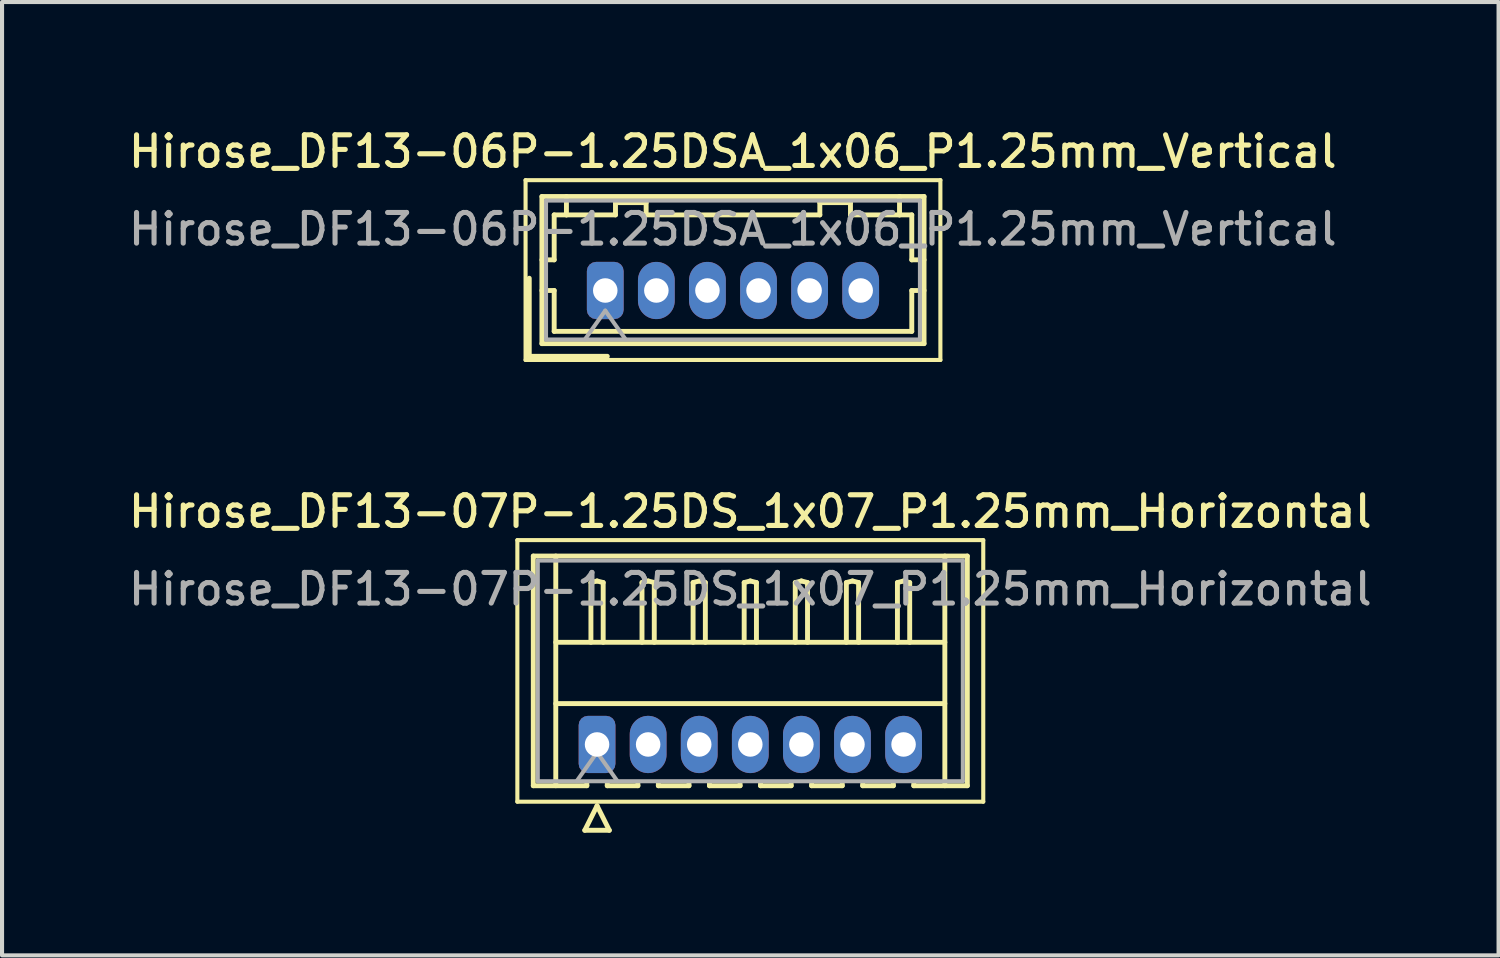
<source format=kicad_pcb>
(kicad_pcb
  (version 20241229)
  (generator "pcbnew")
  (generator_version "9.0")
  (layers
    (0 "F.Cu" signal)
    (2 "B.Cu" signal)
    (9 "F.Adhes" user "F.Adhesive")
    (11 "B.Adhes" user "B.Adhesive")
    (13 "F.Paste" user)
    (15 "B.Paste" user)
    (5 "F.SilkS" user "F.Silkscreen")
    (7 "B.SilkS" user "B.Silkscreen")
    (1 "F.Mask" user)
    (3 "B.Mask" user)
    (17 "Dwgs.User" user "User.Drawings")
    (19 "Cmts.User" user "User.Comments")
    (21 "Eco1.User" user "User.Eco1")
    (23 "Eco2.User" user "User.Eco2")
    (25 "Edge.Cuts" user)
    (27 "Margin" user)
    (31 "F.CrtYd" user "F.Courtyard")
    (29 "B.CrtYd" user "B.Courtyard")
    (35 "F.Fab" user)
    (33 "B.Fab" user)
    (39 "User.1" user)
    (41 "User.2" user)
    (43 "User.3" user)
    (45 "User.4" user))
  (footprint "Hirose_DF13-07P-1.25DS_1x07_P1.25mm_Horizontal"
    (layer "F.Cu")
    (at 11.559 15.166)
    (property "Reference" "Hirose_DF13-07P-1.25DS_1x07_P1.25mm_Horizontal" (at 3.75 -5.7 0) (layer "F.SilkS") (effects (font (size 0.75 0.75) (thickness 0.125))))
    (attr through_hole)
    (fp_line (start -1.95 -5) (end -1.95 1.4) (stroke (width 0.1) (type solid)) (layer "F.SilkS"))
    (fp_line (start -1.95 1.4) (end 9.45 1.4) (stroke (width 0.1) (type solid)) (layer "F.SilkS"))
    (fp_line (start -1.56 -4.61) (end 9.06 -4.61) (stroke (width 0.12) (type solid)) (layer "F.SilkS"))
    (fp_line (start -1.56 1.01) (end -1.56 -4.61) (stroke (width 0.12) (type solid)) (layer "F.SilkS"))
    (fp_line (start -1.01 -4.61) (end -1.01 1.01) (stroke (width 0.12) (type solid)) (layer "F.SilkS"))
    (fp_line (start -1.01 -2.5) (end 8.51 -2.5) (stroke (width 0.12) (type solid)) (layer "F.SilkS"))
    (fp_line (start -1.01 -1) (end 8.51 -1) (stroke (width 0.12) (type solid)) (layer "F.SilkS"))
    (fp_line (start -0.3 2.1) (end 0.3 2.1) (stroke (width 0.12) (type solid)) (layer "F.SilkS"))
    (fp_line (start -0.25 0.96) (end -0.25 1.01) (stroke (width 0.12) (type solid)) (layer "F.SilkS"))
    (fp_line (start -0.25 1.01) (end -1.56 1.01) (stroke (width 0.12) (type solid)) (layer "F.SilkS"))
    (fp_line (start -0.15 -3.962) (end 0 -4) (stroke (width 0.12) (type solid)) (layer "F.SilkS"))
    (fp_line (start -0.15 -2.5) (end -0.15 -3.962) (stroke (width 0.12) (type solid)) (layer "F.SilkS"))
    (fp_line (start 0 -4) (end 0.15 -3.962) (stroke (width 0.12) (type solid)) (layer "F.SilkS"))
    (fp_line (start 0 1.5) (end -0.3 2.1) (stroke (width 0.12) (type solid)) (layer "F.SilkS"))
    (fp_line (start 0.15 -3.962) (end 0.15 -2.5) (stroke (width 0.12) (type solid)) (layer "F.SilkS"))
    (fp_line (start 0.25 0.96) (end 0.25 1.01) (stroke (width 0.12) (type solid)) (layer "F.SilkS"))
    (fp_line (start 0.25 1.01) (end 1 1.01) (stroke (width 0.12) (type solid)) (layer "F.SilkS"))
    (fp_line (start 0.3 2.1) (end 0 1.5) (stroke (width 0.12) (type solid)) (layer "F.SilkS"))
    (fp_line (start 1 1.01) (end 1 0.96) (stroke (width 0.12) (type solid)) (layer "F.SilkS"))
    (fp_line (start 1.1 -3.962) (end 1.25 -4) (stroke (width 0.12) (type solid)) (layer "F.SilkS"))
    (fp_line (start 1.1 -2.5) (end 1.1 -3.962) (stroke (width 0.12) (type solid)) (layer "F.SilkS"))
    (fp_line (start 1.25 -4) (end 1.4 -3.962) (stroke (width 0.12) (type solid)) (layer "F.SilkS"))
    (fp_line (start 1.4 -3.962) (end 1.4 -2.5) (stroke (width 0.12) (type solid)) (layer "F.SilkS"))
    (fp_line (start 1.5 0.96) (end 1.5 1.01) (stroke (width 0.12) (type solid)) (layer "F.SilkS"))
    (fp_line (start 1.5 1.01) (end 2.25 1.01) (stroke (width 0.12) (type solid)) (layer "F.SilkS"))
    (fp_line (start 2.25 1.01) (end 2.25 0.96) (stroke (width 0.12) (type solid)) (layer "F.SilkS"))
    (fp_line (start 2.35 -3.962) (end 2.5 -4) (stroke (width 0.12) (type solid)) (layer "F.SilkS"))
    (fp_line (start 2.35 -2.5) (end 2.35 -3.962) (stroke (width 0.12) (type solid)) (layer "F.SilkS"))
    (fp_line (start 2.5 -4) (end 2.65 -3.962) (stroke (width 0.12) (type solid)) (layer "F.SilkS"))
    (fp_line (start 2.65 -3.962) (end 2.65 -2.5) (stroke (width 0.12) (type solid)) (layer "F.SilkS"))
    (fp_line (start 2.75 0.96) (end 2.75 1.01) (stroke (width 0.12) (type solid)) (layer "F.SilkS"))
    (fp_line (start 2.75 1.01) (end 3.5 1.01) (stroke (width 0.12) (type solid)) (layer "F.SilkS"))
    (fp_line (start 3.5 1.01) (end 3.5 0.96) (stroke (width 0.12) (type solid)) (layer "F.SilkS"))
    (fp_line (start 3.6 -3.962) (end 3.75 -4) (stroke (width 0.12) (type solid)) (layer "F.SilkS"))
    (fp_line (start 3.6 -2.5) (end 3.6 -3.962) (stroke (width 0.12) (type solid)) (layer "F.SilkS"))
    (fp_line (start 3.75 -4) (end 3.9 -3.962) (stroke (width 0.12) (type solid)) (layer "F.SilkS"))
    (fp_line (start 3.9 -3.962) (end 3.9 -2.5) (stroke (width 0.12) (type solid)) (layer "F.SilkS"))
    (fp_line (start 4 0.96) (end 4 1.01) (stroke (width 0.12) (type solid)) (layer "F.SilkS"))
    (fp_line (start 4 1.01) (end 4.75 1.01) (stroke (width 0.12) (type solid)) (layer "F.SilkS"))
    (fp_line (start 4.75 1.01) (end 4.75 0.96) (stroke (width 0.12) (type solid)) (layer "F.SilkS"))
    (fp_line (start 4.85 -3.962) (end 5 -4) (stroke (width 0.12) (type solid)) (layer "F.SilkS"))
    (fp_line (start 4.85 -2.5) (end 4.85 -3.962) (stroke (width 0.12) (type solid)) (layer "F.SilkS"))
    (fp_line (start 5 -4) (end 5.15 -3.962) (stroke (width 0.12) (type solid)) (layer "F.SilkS"))
    (fp_line (start 5.15 -3.962) (end 5.15 -2.5) (stroke (width 0.12) (type solid)) (layer "F.SilkS"))
    (fp_line (start 5.25 0.96) (end 5.25 1.01) (stroke (width 0.12) (type solid)) (layer "F.SilkS"))
    (fp_line (start 5.25 1.01) (end 6 1.01) (stroke (width 0.12) (type solid)) (layer "F.SilkS"))
    (fp_line (start 6 1.01) (end 6 0.96) (stroke (width 0.12) (type solid)) (layer "F.SilkS"))
    (fp_line (start 6.1 -3.962) (end 6.25 -4) (stroke (width 0.12) (type solid)) (layer "F.SilkS"))
    (fp_line (start 6.1 -2.5) (end 6.1 -3.962) (stroke (width 0.12) (type solid)) (layer "F.SilkS"))
    (fp_line (start 6.25 -4) (end 6.4 -3.962) (stroke (width 0.12) (type solid)) (layer "F.SilkS"))
    (fp_line (start 6.4 -3.962) (end 6.4 -2.5) (stroke (width 0.12) (type solid)) (layer "F.SilkS"))
    (fp_line (start 6.5 0.96) (end 6.5 1.01) (stroke (width 0.12) (type solid)) (layer "F.SilkS"))
    (fp_line (start 6.5 1.01) (end 7.25 1.01) (stroke (width 0.12) (type solid)) (layer "F.SilkS"))
    (fp_line (start 7.25 1.01) (end 7.25 0.96) (stroke (width 0.12) (type solid)) (layer "F.SilkS"))
    (fp_line (start 7.35 -3.962) (end 7.5 -4) (stroke (width 0.12) (type solid)) (layer "F.SilkS"))
    (fp_line (start 7.35 -2.5) (end 7.35 -3.962) (stroke (width 0.12) (type solid)) (layer "F.SilkS"))
    (fp_line (start 7.5 -4) (end 7.65 -3.962) (stroke (width 0.12) (type solid)) (layer "F.SilkS"))
    (fp_line (start 7.65 -3.962) (end 7.65 -2.5) (stroke (width 0.12) (type solid)) (layer "F.SilkS"))
    (fp_line (start 7.75 1.01) (end 7.75 0.96) (stroke (width 0.12) (type solid)) (layer "F.SilkS"))
    (fp_line (start 8.51 -4.61) (end 8.51 1.01) (stroke (width 0.12) (type solid)) (layer "F.SilkS"))
    (fp_line (start 9.06 -4.61) (end 9.06 1.01) (stroke (width 0.12) (type solid)) (layer "F.SilkS"))
    (fp_line (start 9.06 1.01) (end 7.75 1.01) (stroke (width 0.12) (type solid)) (layer "F.SilkS"))
    (fp_line (start 9.45 -5) (end -1.95 -5) (stroke (width 0.1) (type solid)) (layer "F.SilkS"))
    (fp_line (start 9.45 1.4) (end 9.45 -5) (stroke (width 0.1) (type solid)) (layer "F.SilkS"))
    (fp_line (start -1.45 -4.5) (end -1.45 0.9) (stroke (width 0.1) (type solid)) (layer "F.Fab"))
    (fp_line (start -1.45 0.9) (end 8.95 0.9) (stroke (width 0.1) (type solid)) (layer "F.Fab"))
    (fp_line (start -0.5 0.9) (end 0 0.193) (stroke (width 0.1) (type solid)) (layer "F.Fab"))
    (fp_line (start 0 0.193) (end 0.5 0.9) (stroke (width 0.1) (type solid)) (layer "F.Fab"))
    (fp_line (start 8.95 -4.5) (end -1.45 -4.5) (stroke (width 0.1) (type solid)) (layer "F.Fab"))
    (fp_line (start 8.95 0.9) (end 8.95 -4.5) (stroke (width 0.1) (type solid)) (layer "F.Fab"))
    (fp_text user "${REFERENCE}" (at 3.75 -3.8 0) (layer "F.Fab") (effects (font (size 0.75 0.75) (thickness 0.125))))
    (pad "1" thru_hole roundrect (at 0 0) (size 0.9 1.4) (drill 0.6) (layers "*.Cu" "*.Mask") (roundrect_rratio 0.25))
    (pad "2" thru_hole oval (at 1.25 0) (size 0.9 1.4) (drill 0.6) (layers "*.Cu" "*.Mask"))
    (pad "3" thru_hole oval (at 2.5 0) (size 0.9 1.4) (drill 0.6) (layers "*.Cu" "*.Mask"))
    (pad "4" thru_hole oval (at 3.75 0) (size 0.9 1.4) (drill 0.6) (layers "*.Cu" "*.Mask"))
    (pad "5" thru_hole oval (at 5 0) (size 0.9 1.4) (drill 0.6) (layers "*.Cu" "*.Mask"))
    (pad "6" thru_hole oval (at 6.25 0) (size 0.9 1.4) (drill 0.6) (layers "*.Cu" "*.Mask"))
    (pad "7" thru_hole oval (at 7.5 0) (size 0.9 1.4) (drill 0.6) (layers "*.Cu" "*.Mask")))
  (footprint "Hirose_DF13-06P-1.25DSA_1x06_P1.25mm_Vertical"
    (layer "F.Cu")
    (at 11.76 4.058)
    (property "Reference" "Hirose_DF13-06P-1.25DSA_1x06_P1.25mm_Vertical" (at 3.12 -3.4 0) (layer "F.SilkS") (effects (font (size 0.75 0.75) (thickness 0.125))))
    (attr through_hole)
    (fp_line (start -1.95 -2.7) (end -1.95 1.7) (stroke (width 0.1) (type solid)) (layer "F.SilkS"))
    (fp_line (start -1.95 1.7) (end 8.2 1.7) (stroke (width 0.1) (type solid)) (layer "F.SilkS"))
    (fp_line (start -1.86 -0.3) (end -1.86 1.61) (stroke (width 0.12) (type solid)) (layer "F.SilkS"))
    (fp_line (start -1.86 1.61) (end 0.05 1.61) (stroke (width 0.12) (type solid)) (layer "F.SilkS"))
    (fp_line (start -1.55 -2.3) (end -1.55 1.3) (stroke (width 0.12) (type solid)) (layer "F.SilkS"))
    (fp_line (start -1.55 -0.75) (end -1.25 -0.75) (stroke (width 0.12) (type solid)) (layer "F.SilkS"))
    (fp_line (start -1.55 0) (end -1.25 0) (stroke (width 0.12) (type solid)) (layer "F.SilkS"))
    (fp_line (start -1.55 1.3) (end 7.8 1.3) (stroke (width 0.12) (type solid)) (layer "F.SilkS"))
    (fp_line (start -1.25 -1.85) (end -0.95 -1.85) (stroke (width 0.12) (type solid)) (layer "F.SilkS"))
    (fp_line (start -1.25 -0.75) (end -1.25 -1.85) (stroke (width 0.12) (type solid)) (layer "F.SilkS"))
    (fp_line (start -1.25 0) (end -1.25 1) (stroke (width 0.12) (type solid)) (layer "F.SilkS"))
    (fp_line (start -1.25 1) (end 7.5 1) (stroke (width 0.12) (type solid)) (layer "F.SilkS"))
    (fp_line (start -0.95 -1.85) (end -0.95 -2.3) (stroke (width 0.12) (type solid)) (layer "F.SilkS"))
    (fp_line (start -0.95 -1.85) (end 0.25 -1.85) (stroke (width 0.12) (type solid)) (layer "F.SilkS"))
    (fp_line (start 0.25 -2.15) (end 1 -2.15) (stroke (width 0.12) (type solid)) (layer "F.SilkS"))
    (fp_line (start 0.25 -1.85) (end 0.25 -2.15) (stroke (width 0.12) (type solid)) (layer "F.SilkS"))
    (fp_line (start 1 -2.15) (end 1 -1.85) (stroke (width 0.12) (type solid)) (layer "F.SilkS"))
    (fp_line (start 1 -1.85) (end 5.25 -1.85) (stroke (width 0.12) (type solid)) (layer "F.SilkS"))
    (fp_line (start 5.25 -2.15) (end 6 -2.15) (stroke (width 0.12) (type solid)) (layer "F.SilkS"))
    (fp_line (start 5.25 -1.85) (end 5.25 -2.15) (stroke (width 0.12) (type solid)) (layer "F.SilkS"))
    (fp_line (start 6 -2.15) (end 6 -1.85) (stroke (width 0.12) (type solid)) (layer "F.SilkS"))
    (fp_line (start 6 -1.85) (end 7.2 -1.85) (stroke (width 0.12) (type solid)) (layer "F.SilkS"))
    (fp_line (start 7.2 -1.85) (end 7.2 -2.3) (stroke (width 0.12) (type solid)) (layer "F.SilkS"))
    (fp_line (start 7.5 -1.85) (end 7.2 -1.85) (stroke (width 0.12) (type solid)) (layer "F.SilkS"))
    (fp_line (start 7.5 -0.75) (end 7.5 -1.85) (stroke (width 0.12) (type solid)) (layer "F.SilkS"))
    (fp_line (start 7.5 0) (end 7.8 0) (stroke (width 0.12) (type solid)) (layer "F.SilkS"))
    (fp_line (start 7.5 1) (end 7.5 0) (stroke (width 0.12) (type solid)) (layer "F.SilkS"))
    (fp_line (start 7.8 -2.3) (end -1.55 -2.3) (stroke (width 0.12) (type solid)) (layer "F.SilkS"))
    (fp_line (start 7.8 -0.75) (end 7.5 -0.75) (stroke (width 0.12) (type solid)) (layer "F.SilkS"))
    (fp_line (start 7.8 1.3) (end 7.8 -2.3) (stroke (width 0.12) (type solid)) (layer "F.SilkS"))
    (fp_line (start 8.2 -2.7) (end -1.95 -2.7) (stroke (width 0.1) (type solid)) (layer "F.SilkS"))
    (fp_line (start 8.2 1.7) (end 8.2 -2.7) (stroke (width 0.1) (type solid)) (layer "F.SilkS"))
    (fp_line (start -1.45 -2.2) (end -1.45 1.2) (stroke (width 0.1) (type solid)) (layer "F.Fab"))
    (fp_line (start -1.45 1.2) (end 7.7 1.2) (stroke (width 0.1) (type solid)) (layer "F.Fab"))
    (fp_line (start -0.5 1.2) (end 0 0.493) (stroke (width 0.1) (type solid)) (layer "F.Fab"))
    (fp_line (start 0 0.493) (end 0.5 1.2) (stroke (width 0.1) (type solid)) (layer "F.Fab"))
    (fp_line (start 7.7 -2.2) (end -1.45 -2.2) (stroke (width 0.1) (type solid)) (layer "F.Fab"))
    (fp_line (start 7.7 1.2) (end 7.7 -2.2) (stroke (width 0.1) (type solid)) (layer "F.Fab"))
    (fp_text user "${REFERENCE}" (at 3.12 -1.5 0) (layer "F.Fab") (effects (font (size 0.75 0.75) (thickness 0.125))))
    (pad "1" thru_hole roundrect (at 0 0) (size 0.9 1.4) (drill 0.6) (layers "*.Cu" "*.Mask") (roundrect_rratio 0.25))
    (pad "2" thru_hole oval (at 1.25 0) (size 0.9 1.4) (drill 0.6) (layers "*.Cu" "*.Mask"))
    (pad "3" thru_hole oval (at 2.5 0) (size 0.9 1.4) (drill 0.6) (layers "*.Cu" "*.Mask"))
    (pad "4" thru_hole oval (at 3.75 0) (size 0.9 1.4) (drill 0.6) (layers "*.Cu" "*.Mask"))
    (pad "5" thru_hole oval (at 5 0) (size 0.9 1.4) (drill 0.6) (layers "*.Cu" "*.Mask"))
    (pad "6" thru_hole oval (at 6.25 0) (size 0.9 1.4) (drill 0.6) (layers "*.Cu" "*.Mask")))
  (gr_rect
    (start -3 -3)
    (end 33.618 20.326)
    (stroke (width 0.1) (type default))
    (fill no)
    (layer "Edge.Cuts")))
</source>
